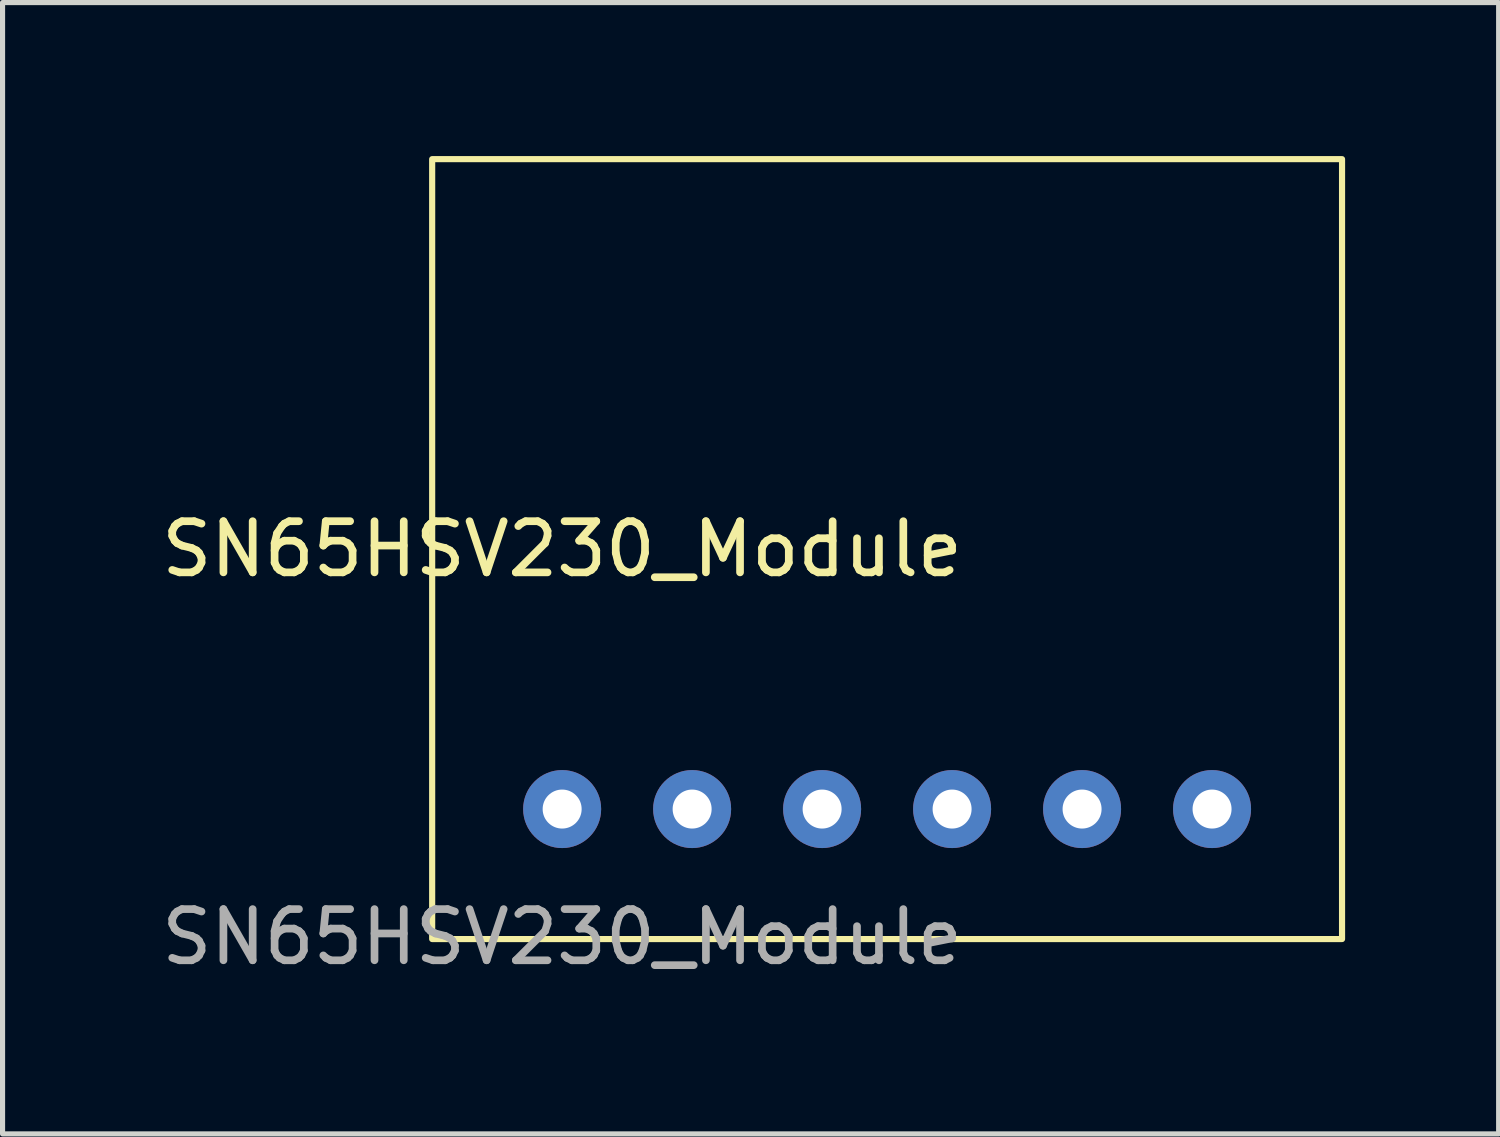
<source format=kicad_pcb>
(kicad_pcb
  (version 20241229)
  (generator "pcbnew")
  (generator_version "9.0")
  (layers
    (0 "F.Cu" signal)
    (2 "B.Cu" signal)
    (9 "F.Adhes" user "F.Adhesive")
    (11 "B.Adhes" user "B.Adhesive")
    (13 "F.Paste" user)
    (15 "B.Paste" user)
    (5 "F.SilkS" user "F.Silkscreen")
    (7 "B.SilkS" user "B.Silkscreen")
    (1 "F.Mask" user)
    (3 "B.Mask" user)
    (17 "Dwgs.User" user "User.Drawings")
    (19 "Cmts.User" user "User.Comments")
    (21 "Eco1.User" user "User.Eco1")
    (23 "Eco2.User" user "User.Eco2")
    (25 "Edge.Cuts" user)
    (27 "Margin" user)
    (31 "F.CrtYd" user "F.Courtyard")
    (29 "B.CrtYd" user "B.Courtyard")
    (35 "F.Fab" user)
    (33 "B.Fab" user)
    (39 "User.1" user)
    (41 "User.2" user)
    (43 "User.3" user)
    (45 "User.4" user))
  (footprint "SN65HSV230_Module"
    (layer "F.Cu")
    (at 7.935 12.76)
    (property "Reference" "SN65HSV230_Module" (at 0 -5.08 0) (unlocked yes) (layer "F.SilkS") (effects (font (size 1 1) (thickness 0.15))))
    (attr through_hole)
    (fp_rect (start -2.54 2.54) (end 15.24 -12.7) (stroke (width 0.12) (type solid)) (fill no) (layer "F.SilkS"))
    (fp_text user "${REFERENCE}" (at 0 2.5 0) (unlocked yes) (layer "F.Fab") (effects (font (size 1 1) (thickness 0.15))))
    (pad "1" thru_hole circle (at 0 0) (size 1.524 1.524) (drill 0.762) (layers "*.Cu" "*.Mask"))
    (pad "2" thru_hole circle (at 2.54 0) (size 1.524 1.524) (drill 0.762) (layers "*.Cu" "*.Mask"))
    (pad "3" thru_hole circle (at 5.08 0) (size 1.524 1.524) (drill 0.762) (layers "*.Cu" "*.Mask"))
    (pad "4" thru_hole circle (at 7.62 0) (size 1.524 1.524) (drill 0.762) (layers "*.Cu" "*.Mask"))
    (pad "5" thru_hole circle (at 10.16 0) (size 1.524 1.524) (drill 0.762) (layers "*.Cu" "*.Mask"))
    (pad "6" thru_hole circle (at 12.7 0) (size 1.524 1.524) (drill 0.762) (layers "*.Cu" "*.Mask")))
  (gr_rect
    (start -3 -3)
    (end 26.235 19.108)
    (stroke (width 0.1) (type default))
    (fill no)
    (layer "Edge.Cuts")))
</source>
